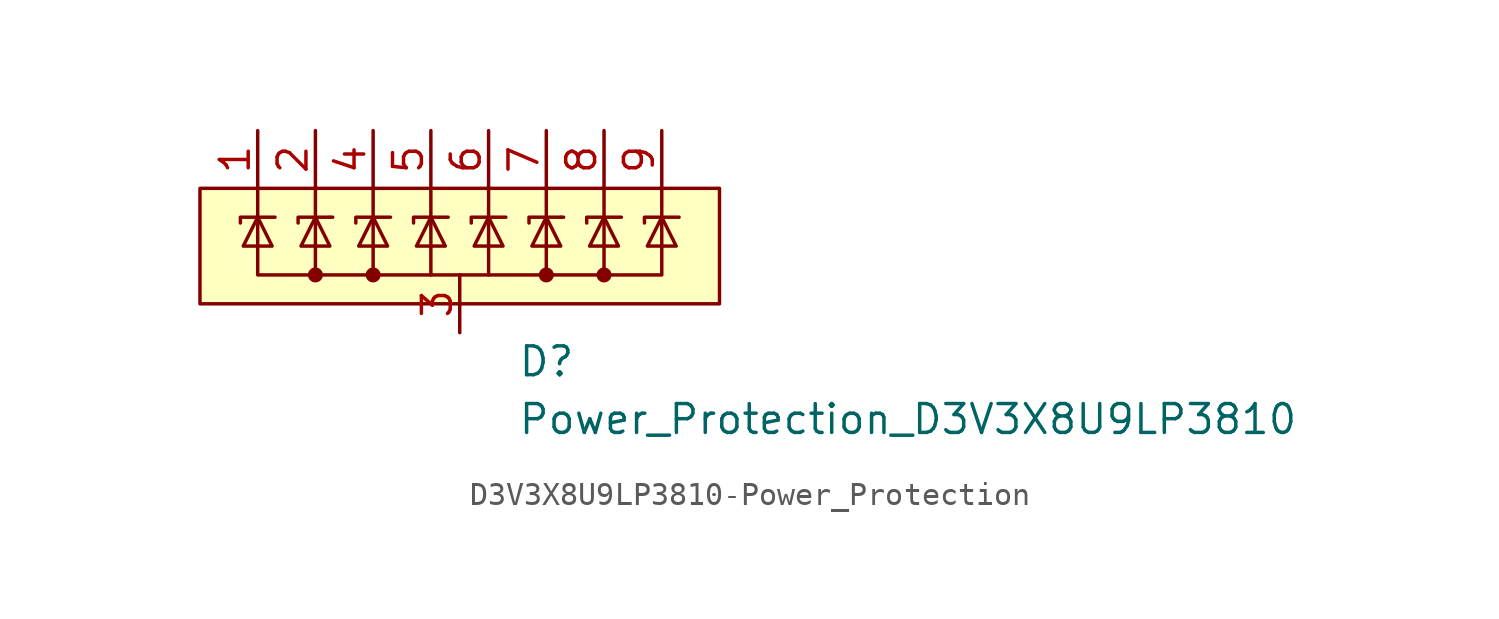
<source format=kicad_sym>
(kicad_symbol_lib
  (version 20231120)
  (generator "kicad_symbol_editor")
  (generator_version "8.0")
  (symbol "D3V3X8U9LP3810-Power_Protection"
    (pin_names hide)
    (property "Reference" "D"
      (at 2.54 -5.08 0)
      (effects (font (size 1.27 1.27)) (justify left)))
    (property "Value" "Power_Protection_D3V3X8U9LP3810"
      (at 2.54 -7.62 0)
      (effects (font (size 1.27 1.27)) (justify left)))
    (symbol "D3V3X8U9LP3810-Power_Protection_0_0"
      (pin passive line (at 0 -3.81 90) (length 2.54) (name "A" (effects (font (size 1.27 1.27)))) (number "3" (effects (font (size 1.27 1.27))))))
    (symbol "D3V3X8U9LP3810-Power_Protection_0_1"
      (rectangle (start -11.43 2.54) (end 11.43 -2.54) (stroke (width 0) (type solid)) (fill (type background)))
      (circle (center -6.35 -1.27) (radius 0.254) (stroke (width 0) (type solid)) (fill (type outline)))
      (circle (center -3.81 -1.27) (radius 0.254) (stroke (width 0) (type solid)) (fill (type outline)))
      (polyline (pts (xy -8.89 2.54) (xy -8.89 1.27)) (stroke (width 0) (type solid)) (fill (type none)))
      (polyline (pts (xy -6.35 -1.27) (xy -6.35 1.27)) (stroke (width 0) (type solid)) (fill (type none)))
      (polyline (pts (xy -6.35 2.54) (xy -6.35 1.27)) (stroke (width 0) (type solid)) (fill (type none)))
      (polyline (pts (xy -5.715 1.27) (xy -5.588 1.27)) (stroke (width 0) (type solid)) (fill (type none)))
      (polyline (pts (xy -3.81 2.54) (xy -3.81 1.27)) (stroke (width 0) (type solid)) (fill (type none)))
      (polyline (pts (xy -1.27 -1.27) (xy 1.27 -1.27)) (stroke (width 0) (type solid)) (fill (type none)))
      (polyline (pts (xy -1.27 2.54) (xy -1.27 1.27)) (stroke (width 0) (type solid)) (fill (type none)))
      (polyline (pts (xy 1.27 2.54) (xy 1.27 1.27)) (stroke (width 0) (type solid)) (fill (type none)))
      (polyline (pts (xy 3.81 -1.27) (xy 3.81 1.27)) (stroke (width 0) (type solid)) (fill (type none)))
      (polyline (pts (xy 3.81 2.54) (xy 3.81 1.27)) (stroke (width 0) (type solid)) (fill (type none)))
      (polyline (pts (xy 4.445 1.27) (xy 4.572 1.27)) (stroke (width 0) (type solid)) (fill (type none)))
      (polyline (pts (xy 6.35 2.54) (xy 6.35 1.27)) (stroke (width 0) (type solid)) (fill (type none)))
      (polyline (pts (xy 8.89 2.54) (xy 8.89 1.27)) (stroke (width 0) (type solid)) (fill (type none)))
      (polyline (pts (xy -5.715 1.27) (xy -7.112 1.27) (xy -7.112 1.016)) (stroke (width 0) (type solid)) (fill (type none)))
      (polyline (pts (xy -1.27 1.27) (xy -1.27 -1.27) (xy -3.81 -1.27)) (stroke (width 0) (type solid)) (fill (type none)))
      (polyline (pts (xy 4.445 1.27) (xy 3.048 1.27) (xy 3.048 1.016)) (stroke (width 0) (type solid)) (fill (type none)))
      (polyline (pts (xy 8.89 1.27) (xy 8.89 -1.27) (xy 6.35 -1.27)) (stroke (width 0) (type solid)) (fill (type none)))
      (polyline (pts (xy -9.652 1.016) (xy -9.652 1.27) (xy -8.255 1.27) (xy -8.128 1.27)) (stroke (width 0) (type solid)) (fill (type none)))
      (polyline (pts (xy -8.89 1.27) (xy -8.89 -1.27) (xy -3.81 -1.27) (xy -3.81 1.27)) (stroke (width 0) (type solid)) (fill (type none)))
      (polyline (pts (xy -8.89 1.27) (xy -8.255 0) (xy -9.525 0) (xy -8.89 1.27)) (stroke (width 0) (type solid)) (fill (type none)))
      (polyline (pts (xy -5.715 0) (xy -6.985 0) (xy -6.35 1.27) (xy -5.715 0)) (stroke (width 0) (type solid)) (fill (type none)))
      (polyline (pts (xy -4.572 1.016) (xy -4.572 1.27) (xy -3.175 1.27) (xy -3.048 1.27)) (stroke (width 0) (type solid)) (fill (type none)))
      (polyline (pts (xy -3.81 1.27) (xy -4.445 0) (xy -3.175 0) (xy -3.81 1.27)) (stroke (width 0) (type solid)) (fill (type none)))
      (polyline (pts (xy -2.032 1.016) (xy -2.032 1.27) (xy -0.635 1.27) (xy -0.508 1.27)) (stroke (width 0) (type solid)) (fill (type none)))
      (polyline (pts (xy -1.27 1.27) (xy -1.905 0) (xy -0.635 0) (xy -1.27 1.27)) (stroke (width 0) (type solid)) (fill (type none)))
      (polyline (pts (xy 0.508 1.016) (xy 0.508 1.27) (xy 1.905 1.27) (xy 2.032 1.27)) (stroke (width 0) (type solid)) (fill (type none)))
      (polyline (pts (xy 1.27 1.27) (xy 1.27 -1.27) (xy 6.35 -1.27) (xy 6.35 1.27)) (stroke (width 0) (type solid)) (fill (type none)))
      (polyline (pts (xy 1.27 1.27) (xy 1.905 0) (xy 0.635 0) (xy 1.27 1.27)) (stroke (width 0) (type solid)) (fill (type none)))
      (polyline (pts (xy 4.445 0) (xy 3.175 0) (xy 3.81 1.27) (xy 4.445 0)) (stroke (width 0) (type solid)) (fill (type none)))
      (polyline (pts (xy 5.588 1.016) (xy 5.588 1.27) (xy 6.985 1.27) (xy 7.112 1.27)) (stroke (width 0) (type solid)) (fill (type none)))
      (polyline (pts (xy 6.35 1.27) (xy 5.715 0) (xy 6.985 0) (xy 6.35 1.27)) (stroke (width 0) (type solid)) (fill (type none)))
      (polyline (pts (xy 8.128 1.016) (xy 8.128 1.27) (xy 9.525 1.27) (xy 9.652 1.27)) (stroke (width 0) (type solid)) (fill (type none)))
      (polyline (pts (xy 8.89 1.27) (xy 8.255 0) (xy 9.525 0) (xy 8.89 1.27)) (stroke (width 0) (type solid)) (fill (type none)))
      (circle (center 3.81 -1.27) (radius 0.254) (stroke (width 0) (type solid)) (fill (type outline)))
      (circle (center 6.35 -1.27) (radius 0.254) (stroke (width 0) (type solid)) (fill (type outline))))
    (symbol "D3V3X8U9LP3810-Power_Protection_1_1"
      (pin passive line (at -8.89 5.08 270) (length 2.54) (name "K" (effects (font (size 1.27 1.27)))) (number "1" (effects (font (size 1.27 1.27)))))
      (pin passive line (at -6.35 5.08 270) (length 2.54) (name "K" (effects (font (size 1.27 1.27)))) (number "2" (effects (font (size 1.27 1.27)))))
      (pin passive line (at -3.81 5.08 270) (length 2.54) (name "K" (effects (font (size 1.27 1.27)))) (number "4" (effects (font (size 1.27 1.27)))))
      (pin passive line (at -1.27 5.08 270) (length 2.54) (name "K" (effects (font (size 1.27 1.27)))) (number "5" (effects (font (size 1.27 1.27)))))
      (pin passive line (at 1.27 5.08 270) (length 2.54) (name "K" (effects (font (size 1.27 1.27)))) (number "6" (effects (font (size 1.27 1.27)))))
      (pin passive line (at 3.81 5.08 270) (length 2.54) (name "K" (effects (font (size 1.27 1.27)))) (number "7" (effects (font (size 1.27 1.27)))))
      (pin passive line (at 6.35 5.08 270) (length 2.54) (name "K" (effects (font (size 1.27 1.27)))) (number "8" (effects (font (size 1.27 1.27)))))
      (pin passive line (at 8.89 5.08 270) (length 2.54) (name "K" (effects (font (size 1.27 1.27)))) (number "9" (effects (font (size 1.27 1.27))))))))
</source>
